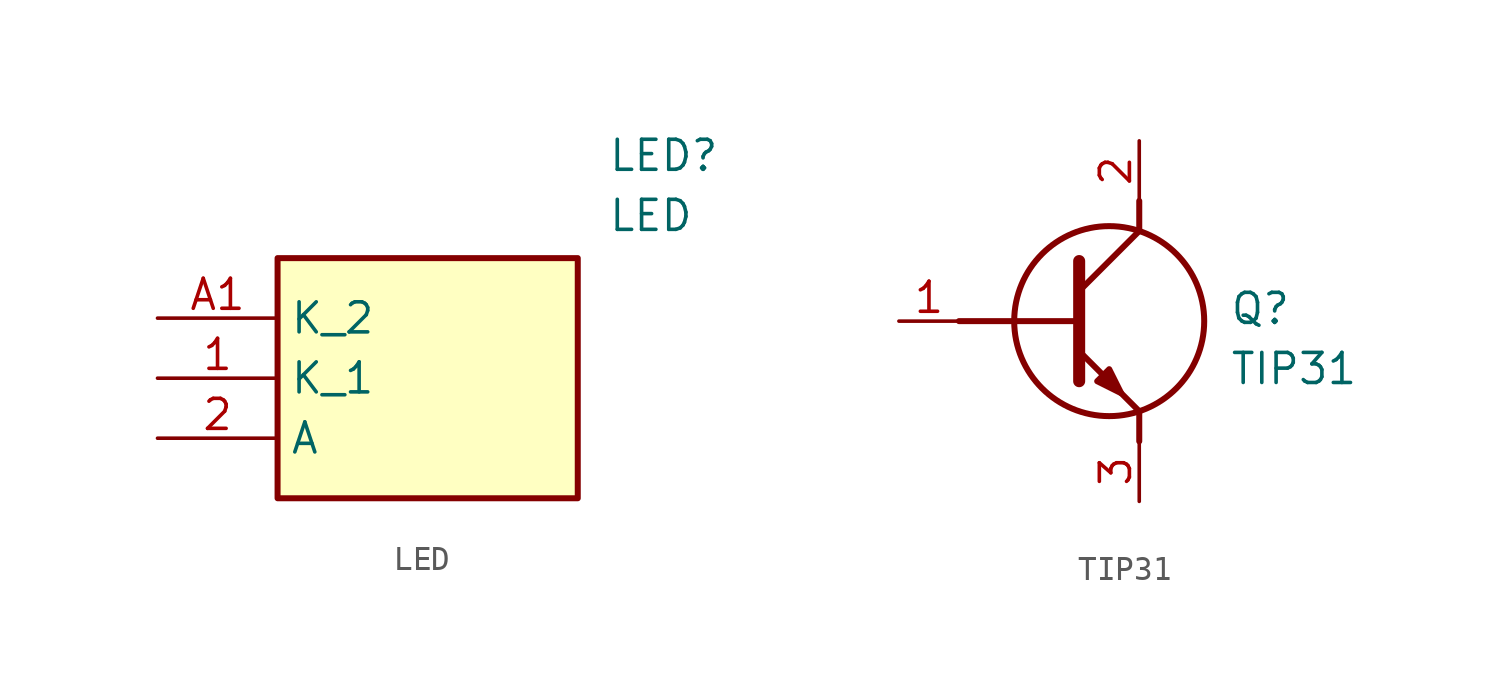
<source format=kicad_sym>
(kicad_symbol_lib
  (version 20220914)
  (generator kicad_symbol_editor)
  (symbol "LED"
    (property "Reference" "LED"
      (at 19.05 7.62 0)
      (effects (font (size 1.27 1.27)) (justify left top)))
    (property "Value" "LED"
      (at 19.05 5.08 0)
      (effects (font (size 1.27 1.27)) (justify left top)))
    (symbol "LED_1_1"
      (rectangle (start 5.08 2.54) (end 17.78 -7.62) (stroke (width 0.254) (type default)) (fill (type background)))
      (pin passive line (at 0 -2.54 0) (length 5.08) (name "K_1" (effects (font (size 1.27 1.27)))) (number "1" (effects (font (size 1.27 1.27)))))
      (pin passive line (at 0 -5.08 0) (length 5.08) (name "A" (effects (font (size 1.27 1.27)))) (number "2" (effects (font (size 1.27 1.27)))))
      (pin passive line (at 0 0 0) (length 5.08) (name "K_2" (effects (font (size 1.27 1.27)))) (number "A1" (effects (font (size 1.27 1.27)))))))
  (symbol "TIP31"
    (pin_names hide)
    (property "Reference" "Q"
      (at 13.97 1.27 0)
      (effects (font (size 1.27 1.27)) (justify left top)))
    (property "Value" "TIP31"
      (at 13.97 -1.27 0)
      (effects (font (size 1.27 1.27)) (justify left top)))
    (symbol "TIP31_1_1"
      (polyline (pts (xy 2.54 0) (xy 7.62 0)) (stroke (width 0.254) (type default)) (fill (type none)))
      (polyline (pts (xy 7.62 -1.27) (xy 10.16 -3.81)) (stroke (width 0.254) (type default)) (fill (type none)))
      (polyline (pts (xy 7.62 1.27) (xy 10.16 3.81)) (stroke (width 0.254) (type default)) (fill (type none)))
      (polyline (pts (xy 7.62 2.54) (xy 7.62 -2.54)) (stroke (width 0.508) (type default)) (fill (type none)))
      (polyline (pts (xy 10.16 -3.81) (xy 10.16 -5.08)) (stroke (width 0.254) (type default)) (fill (type none)))
      (polyline (pts (xy 10.16 3.81) (xy 10.16 5.08)) (stroke (width 0.254) (type default)) (fill (type none)))
      (polyline (pts (xy 8.382 -2.54) (xy 8.89 -2.032) (xy 9.398 -3.048) (xy 8.382 -2.54)) (stroke (width 0.254) (type default)) (fill (type outline)))
      (circle (center 8.89 0) (radius 4.016) (stroke (width 0.254) (type default)) (fill (type none)))
      (pin passive line (at 0 0 0) (length 2.54) (name "B" (effects (font (size 1.27 1.27)))) (number "1" (effects (font (size 1.27 1.27)))))
      (pin passive line (at 10.16 7.62 270) (length 2.54) (name "C" (effects (font (size 1.27 1.27)))) (number "2" (effects (font (size 1.27 1.27)))))
      (pin passive line (at 10.16 -7.62 90) (length 2.54) (name "E" (effects (font (size 1.27 1.27)))) (number "3" (effects (font (size 1.27 1.27))))))))
</source>
